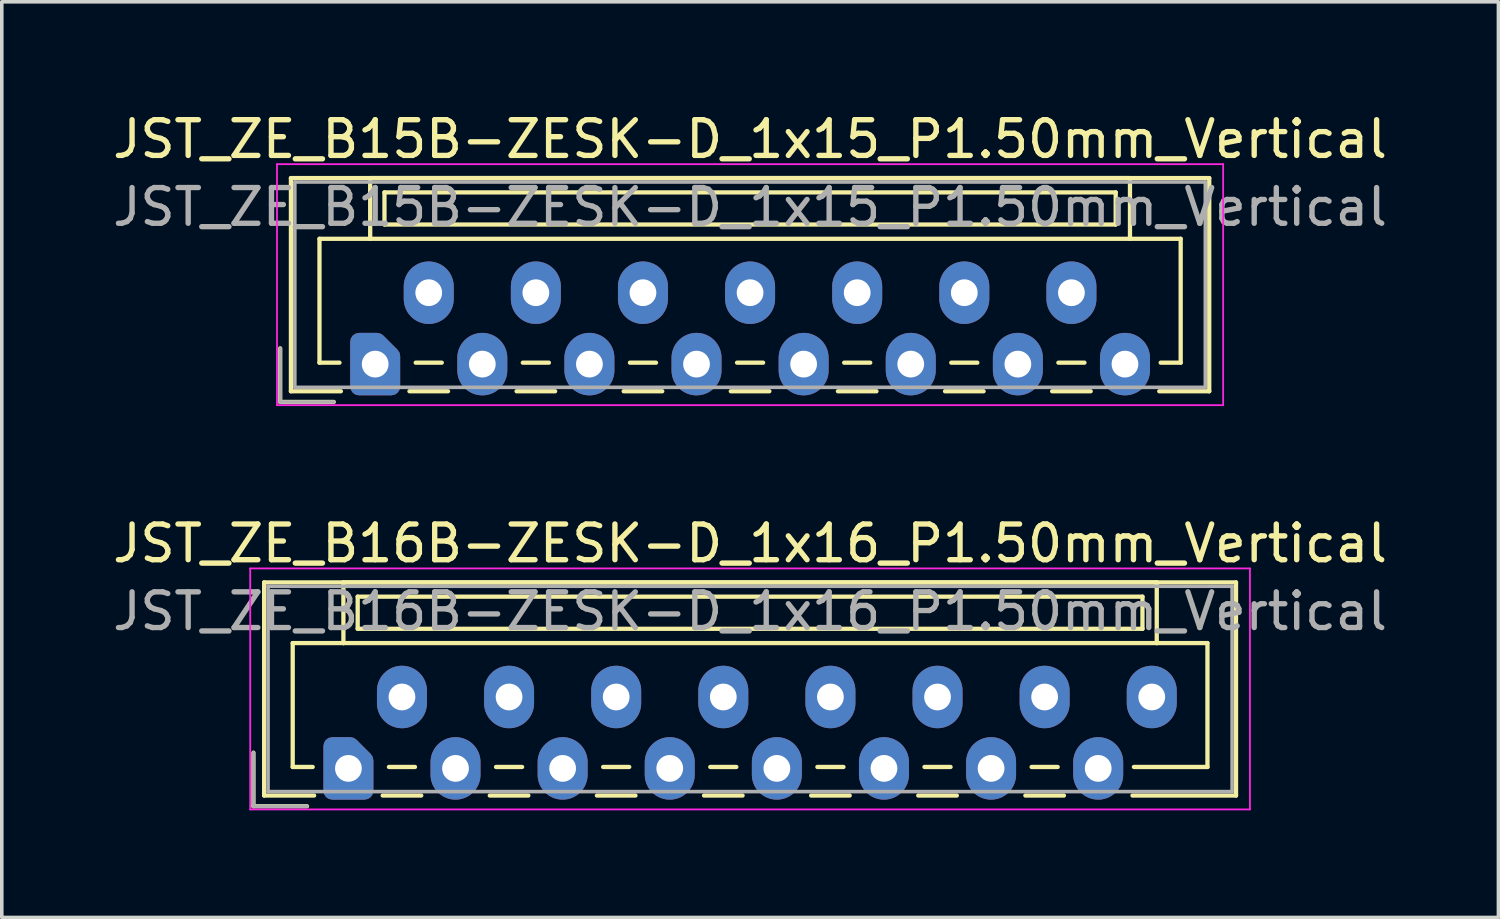
<source format=kicad_pcb>
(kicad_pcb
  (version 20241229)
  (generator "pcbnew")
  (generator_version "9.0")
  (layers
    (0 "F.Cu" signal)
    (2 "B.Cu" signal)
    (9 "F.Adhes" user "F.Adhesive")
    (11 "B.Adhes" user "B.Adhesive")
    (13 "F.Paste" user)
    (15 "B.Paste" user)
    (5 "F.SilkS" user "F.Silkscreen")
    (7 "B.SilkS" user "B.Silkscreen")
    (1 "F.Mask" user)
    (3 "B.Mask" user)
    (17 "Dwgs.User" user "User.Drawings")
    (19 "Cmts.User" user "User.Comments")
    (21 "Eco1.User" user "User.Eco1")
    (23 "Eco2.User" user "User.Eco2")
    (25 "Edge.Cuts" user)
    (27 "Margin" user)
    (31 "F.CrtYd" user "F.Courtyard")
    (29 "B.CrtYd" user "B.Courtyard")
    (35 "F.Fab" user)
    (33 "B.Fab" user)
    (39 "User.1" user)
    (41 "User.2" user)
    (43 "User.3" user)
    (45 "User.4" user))
  (footprint "JST_ZE_B16B-ZESK-D_1x16_P1.50mm_Vertical"
    (layer "F.Cu")
    (at 6.708 18.471)
    (property "Reference" "JST_ZE_B16B-ZESK-D_1x16_P1.50mm_Vertical" (at 11.25 -6.3 0) (layer "F.SilkS") (effects (font (size 1 1) (thickness 0.15))))
    (attr through_hole)
    (fp_line (start -2.66 -0.44) (end -2.66 1.06) (stroke (width 0.12) (type solid)) (layer "F.SilkS"))
    (fp_line (start -2.66 1.06) (end -1.16 1.06) (stroke (width 0.12) (type solid)) (layer "F.SilkS"))
    (fp_line (start -2.36 -5.21) (end 24.86 -5.21) (stroke (width 0.12) (type solid)) (layer "F.SilkS"))
    (fp_line (start -2.36 0.76) (end -2.36 -5.21) (stroke (width 0.12) (type solid)) (layer "F.SilkS"))
    (fp_line (start -1.56 -3.51) (end -1.56 -0.04) (stroke (width 0.12) (type solid)) (layer "F.SilkS"))
    (fp_line (start -1.56 -0.04) (end -1 -0.04) (stroke (width 0.12) (type solid)) (layer "F.SilkS"))
    (fp_line (start -0.96 0.76) (end -2.36 0.76) (stroke (width 0.12) (type solid)) (layer "F.SilkS"))
    (fp_line (start -0.14 -5.21) (end -0.14 -3.51) (stroke (width 0.12) (type solid)) (layer "F.SilkS"))
    (fp_line (start -0.14 -3.51) (end -1.56 -3.51) (stroke (width 0.12) (type solid)) (layer "F.SilkS"))
    (fp_line (start -0.14 -3.51) (end 22.64 -3.51) (stroke (width 0.12) (type solid)) (layer "F.SilkS"))
    (fp_line (start 0.26 -4.81) (end 0.26 -3.91) (stroke (width 0.12) (type solid)) (layer "F.SilkS"))
    (fp_line (start 0.26 -3.91) (end 22.24 -3.91) (stroke (width 0.12) (type solid)) (layer "F.SilkS"))
    (fp_line (start 0.96 0.76) (end 2.04 0.76) (stroke (width 0.12) (type solid)) (layer "F.SilkS"))
    (fp_line (start 1.135 -0.04) (end 1.865 -0.04) (stroke (width 0.12) (type solid)) (layer "F.SilkS"))
    (fp_line (start 3.96 0.76) (end 5.04 0.76) (stroke (width 0.12) (type solid)) (layer "F.SilkS"))
    (fp_line (start 4.135 -0.04) (end 4.865 -0.04) (stroke (width 0.12) (type solid)) (layer "F.SilkS"))
    (fp_line (start 6.96 0.76) (end 8.04 0.76) (stroke (width 0.12) (type solid)) (layer "F.SilkS"))
    (fp_line (start 7.135 -0.04) (end 7.865 -0.04) (stroke (width 0.12) (type solid)) (layer "F.SilkS"))
    (fp_line (start 9.96 0.76) (end 11.04 0.76) (stroke (width 0.12) (type solid)) (layer "F.SilkS"))
    (fp_line (start 10.135 -0.04) (end 10.865 -0.04) (stroke (width 0.12) (type solid)) (layer "F.SilkS"))
    (fp_line (start 12.96 0.76) (end 14.04 0.76) (stroke (width 0.12) (type solid)) (layer "F.SilkS"))
    (fp_line (start 13.135 -0.04) (end 13.865 -0.04) (stroke (width 0.12) (type solid)) (layer "F.SilkS"))
    (fp_line (start 15.96 0.76) (end 17.04 0.76) (stroke (width 0.12) (type solid)) (layer "F.SilkS"))
    (fp_line (start 16.135 -0.04) (end 16.865 -0.04) (stroke (width 0.12) (type solid)) (layer "F.SilkS"))
    (fp_line (start 18.96 0.76) (end 20.04 0.76) (stroke (width 0.12) (type solid)) (layer "F.SilkS"))
    (fp_line (start 19.135 -0.04) (end 19.865 -0.04) (stroke (width 0.12) (type solid)) (layer "F.SilkS"))
    (fp_line (start 22.24 -4.81) (end 0.26 -4.81) (stroke (width 0.12) (type solid)) (layer "F.SilkS"))
    (fp_line (start 22.24 -3.91) (end 22.24 -4.81) (stroke (width 0.12) (type solid)) (layer "F.SilkS"))
    (fp_line (start 22.64 -5.21) (end -0.14 -5.21) (stroke (width 0.12) (type solid)) (layer "F.SilkS"))
    (fp_line (start 22.64 -3.51) (end 22.64 -5.21) (stroke (width 0.12) (type solid)) (layer "F.SilkS"))
    (fp_line (start 22.64 -3.51) (end 24.06 -3.51) (stroke (width 0.12) (type solid)) (layer "F.SilkS"))
    (fp_line (start 24.06 -3.51) (end 24.06 -0.04) (stroke (width 0.12) (type solid)) (layer "F.SilkS"))
    (fp_line (start 24.06 -0.04) (end 22 -0.04) (stroke (width 0.12) (type solid)) (layer "F.SilkS"))
    (fp_line (start 24.86 -5.21) (end 24.86 0.76) (stroke (width 0.12) (type solid)) (layer "F.SilkS"))
    (fp_line (start 24.86 0.76) (end 21.96 0.76) (stroke (width 0.12) (type solid)) (layer "F.SilkS"))
    (fp_line (start -2.75 -5.6) (end -2.75 1.15) (stroke (width 0.05) (type solid)) (layer "F.CrtYd"))
    (fp_line (start -2.75 1.15) (end 25.25 1.15) (stroke (width 0.05) (type solid)) (layer "F.CrtYd"))
    (fp_line (start 25.25 -5.6) (end -2.75 -5.6) (stroke (width 0.05) (type solid)) (layer "F.CrtYd"))
    (fp_line (start 25.25 1.15) (end 25.25 -5.6) (stroke (width 0.05) (type solid)) (layer "F.CrtYd"))
    (fp_line (start -2.66 -0.44) (end -2.66 1.06) (stroke (width 0.1) (type solid)) (layer "F.Fab"))
    (fp_line (start -2.66 1.06) (end -1.16 1.06) (stroke (width 0.1) (type solid)) (layer "F.Fab"))
    (fp_line (start -2.25 -5.1) (end -2.25 0.65) (stroke (width 0.1) (type solid)) (layer "F.Fab"))
    (fp_line (start -2.25 0.65) (end 24.75 0.65) (stroke (width 0.1) (type solid)) (layer "F.Fab"))
    (fp_line (start 24.75 -5.1) (end -2.25 -5.1) (stroke (width 0.1) (type solid)) (layer "F.Fab"))
    (fp_line (start 24.75 0.65) (end 24.75 -5.1) (stroke (width 0.1) (type solid)) (layer "F.Fab"))
    (fp_text user "${REFERENCE}" (at 11.25 -4.4 0) (layer "F.Fab") (effects (font (size 1 1) (thickness 0.15))))
    (pad "1" thru_hole custom (at 0 0) (size 1.117 1.117) (drill 0.75) (layers "*.Cu" "*.Mask") (options (anchor circle)) (primitives (gr_poly (pts (xy -0.45 -0.625) (xy 0.05 -0.625) (xy 0.45 -0.225) (xy 0.45 0.625) (xy -0.45 0.625)) (width 0.5) (fill yes))))
    (pad "2" thru_hole oval (at 1.5 -2) (size 1.4 1.75) (drill 0.75) (layers "*.Cu" "*.Mask"))
    (pad "3" thru_hole oval (at 3 0) (size 1.4 1.75) (drill 0.75) (layers "*.Cu" "*.Mask"))
    (pad "4" thru_hole oval (at 4.5 -2) (size 1.4 1.75) (drill 0.75) (layers "*.Cu" "*.Mask"))
    (pad "5" thru_hole oval (at 6 0) (size 1.4 1.75) (drill 0.75) (layers "*.Cu" "*.Mask"))
    (pad "6" thru_hole oval (at 7.5 -2) (size 1.4 1.75) (drill 0.75) (layers "*.Cu" "*.Mask"))
    (pad "7" thru_hole oval (at 9 0) (size 1.4 1.75) (drill 0.75) (layers "*.Cu" "*.Mask"))
    (pad "8" thru_hole oval (at 10.5 -2) (size 1.4 1.75) (drill 0.75) (layers "*.Cu" "*.Mask"))
    (pad "9" thru_hole oval (at 12 0) (size 1.4 1.75) (drill 0.75) (layers "*.Cu" "*.Mask"))
    (pad "10" thru_hole oval (at 13.5 -2) (size 1.4 1.75) (drill 0.75) (layers "*.Cu" "*.Mask"))
    (pad "11" thru_hole oval (at 15 0) (size 1.4 1.75) (drill 0.75) (layers "*.Cu" "*.Mask"))
    (pad "12" thru_hole oval (at 16.5 -2) (size 1.4 1.75) (drill 0.75) (layers "*.Cu" "*.Mask"))
    (pad "13" thru_hole oval (at 18 0) (size 1.4 1.75) (drill 0.75) (layers "*.Cu" "*.Mask"))
    (pad "14" thru_hole oval (at 19.5 -2) (size 1.4 1.75) (drill 0.75) (layers "*.Cu" "*.Mask"))
    (pad "15" thru_hole oval (at 21 0) (size 1.4 1.75) (drill 0.75) (layers "*.Cu" "*.Mask"))
    (pad "16" thru_hole oval (at 22.5 -2) (size 1.4 1.75) (drill 0.75) (layers "*.Cu" "*.Mask")))
  (footprint "JST_ZE_B15B-ZESK-D_1x15_P1.50mm_Vertical"
    (layer "F.Cu")
    (at 7.458 7.148)
    (property "Reference" "JST_ZE_B15B-ZESK-D_1x15_P1.50mm_Vertical" (at 10.5 -6.3 0) (layer "F.SilkS") (effects (font (size 1 1) (thickness 0.15))))
    (attr through_hole)
    (fp_line (start -2.66 -0.44) (end -2.66 1.06) (stroke (width 0.12) (type solid)) (layer "F.SilkS"))
    (fp_line (start -2.66 1.06) (end -1.16 1.06) (stroke (width 0.12) (type solid)) (layer "F.SilkS"))
    (fp_line (start -2.36 -5.21) (end 23.36 -5.21) (stroke (width 0.12) (type solid)) (layer "F.SilkS"))
    (fp_line (start -2.36 0.76) (end -2.36 -5.21) (stroke (width 0.12) (type solid)) (layer "F.SilkS"))
    (fp_line (start -1.56 -3.51) (end -1.56 -0.04) (stroke (width 0.12) (type solid)) (layer "F.SilkS"))
    (fp_line (start -1.56 -0.04) (end -1 -0.04) (stroke (width 0.12) (type solid)) (layer "F.SilkS"))
    (fp_line (start -0.96 0.76) (end -2.36 0.76) (stroke (width 0.12) (type solid)) (layer "F.SilkS"))
    (fp_line (start -0.14 -5.21) (end -0.14 -3.51) (stroke (width 0.12) (type solid)) (layer "F.SilkS"))
    (fp_line (start -0.14 -3.51) (end -1.56 -3.51) (stroke (width 0.12) (type solid)) (layer "F.SilkS"))
    (fp_line (start -0.14 -3.51) (end 21.14 -3.51) (stroke (width 0.12) (type solid)) (layer "F.SilkS"))
    (fp_line (start 0.26 -4.81) (end 0.26 -3.91) (stroke (width 0.12) (type solid)) (layer "F.SilkS"))
    (fp_line (start 0.26 -3.91) (end 20.74 -3.91) (stroke (width 0.12) (type solid)) (layer "F.SilkS"))
    (fp_line (start 0.96 0.76) (end 2.04 0.76) (stroke (width 0.12) (type solid)) (layer "F.SilkS"))
    (fp_line (start 1.135 -0.04) (end 1.865 -0.04) (stroke (width 0.12) (type solid)) (layer "F.SilkS"))
    (fp_line (start 3.96 0.76) (end 5.04 0.76) (stroke (width 0.12) (type solid)) (layer "F.SilkS"))
    (fp_line (start 4.135 -0.04) (end 4.865 -0.04) (stroke (width 0.12) (type solid)) (layer "F.SilkS"))
    (fp_line (start 6.96 0.76) (end 8.04 0.76) (stroke (width 0.12) (type solid)) (layer "F.SilkS"))
    (fp_line (start 7.135 -0.04) (end 7.865 -0.04) (stroke (width 0.12) (type solid)) (layer "F.SilkS"))
    (fp_line (start 9.96 0.76) (end 11.04 0.76) (stroke (width 0.12) (type solid)) (layer "F.SilkS"))
    (fp_line (start 10.135 -0.04) (end 10.865 -0.04) (stroke (width 0.12) (type solid)) (layer "F.SilkS"))
    (fp_line (start 12.96 0.76) (end 14.04 0.76) (stroke (width 0.12) (type solid)) (layer "F.SilkS"))
    (fp_line (start 13.135 -0.04) (end 13.865 -0.04) (stroke (width 0.12) (type solid)) (layer "F.SilkS"))
    (fp_line (start 15.96 0.76) (end 17.04 0.76) (stroke (width 0.12) (type solid)) (layer "F.SilkS"))
    (fp_line (start 16.135 -0.04) (end 16.865 -0.04) (stroke (width 0.12) (type solid)) (layer "F.SilkS"))
    (fp_line (start 18.96 0.76) (end 20.04 0.76) (stroke (width 0.12) (type solid)) (layer "F.SilkS"))
    (fp_line (start 19.135 -0.04) (end 19.865 -0.04) (stroke (width 0.12) (type solid)) (layer "F.SilkS"))
    (fp_line (start 20.74 -4.81) (end 0.26 -4.81) (stroke (width 0.12) (type solid)) (layer "F.SilkS"))
    (fp_line (start 20.74 -3.91) (end 20.74 -4.81) (stroke (width 0.12) (type solid)) (layer "F.SilkS"))
    (fp_line (start 21.14 -5.21) (end -0.14 -5.21) (stroke (width 0.12) (type solid)) (layer "F.SilkS"))
    (fp_line (start 21.14 -3.51) (end 21.14 -5.21) (stroke (width 0.12) (type solid)) (layer "F.SilkS"))
    (fp_line (start 21.14 -3.51) (end 22.56 -3.51) (stroke (width 0.12) (type solid)) (layer "F.SilkS"))
    (fp_line (start 22.56 -3.51) (end 22.56 -0.04) (stroke (width 0.12) (type solid)) (layer "F.SilkS"))
    (fp_line (start 22.56 -0.04) (end 22 -0.04) (stroke (width 0.12) (type solid)) (layer "F.SilkS"))
    (fp_line (start 23.36 -5.21) (end 23.36 0.76) (stroke (width 0.12) (type solid)) (layer "F.SilkS"))
    (fp_line (start 23.36 0.76) (end 21.96 0.76) (stroke (width 0.12) (type solid)) (layer "F.SilkS"))
    (fp_line (start -2.75 -5.6) (end -2.75 1.15) (stroke (width 0.05) (type solid)) (layer "F.CrtYd"))
    (fp_line (start -2.75 1.15) (end 23.75 1.15) (stroke (width 0.05) (type solid)) (layer "F.CrtYd"))
    (fp_line (start 23.75 -5.6) (end -2.75 -5.6) (stroke (width 0.05) (type solid)) (layer "F.CrtYd"))
    (fp_line (start 23.75 1.15) (end 23.75 -5.6) (stroke (width 0.05) (type solid)) (layer "F.CrtYd"))
    (fp_line (start -2.66 -0.44) (end -2.66 1.06) (stroke (width 0.1) (type solid)) (layer "F.Fab"))
    (fp_line (start -2.66 1.06) (end -1.16 1.06) (stroke (width 0.1) (type solid)) (layer "F.Fab"))
    (fp_line (start -2.25 -5.1) (end -2.25 0.65) (stroke (width 0.1) (type solid)) (layer "F.Fab"))
    (fp_line (start -2.25 0.65) (end 23.25 0.65) (stroke (width 0.1) (type solid)) (layer "F.Fab"))
    (fp_line (start 23.25 -5.1) (end -2.25 -5.1) (stroke (width 0.1) (type solid)) (layer "F.Fab"))
    (fp_line (start 23.25 0.65) (end 23.25 -5.1) (stroke (width 0.1) (type solid)) (layer "F.Fab"))
    (fp_text user "${REFERENCE}" (at 10.5 -4.4 0) (layer "F.Fab") (effects (font (size 1 1) (thickness 0.15))))
    (pad "1" thru_hole custom (at 0 0) (size 1.117 1.117) (drill 0.75) (layers "*.Cu" "*.Mask") (options (anchor circle)) (primitives (gr_poly (pts (xy -0.45 -0.625) (xy 0.05 -0.625) (xy 0.45 -0.225) (xy 0.45 0.625) (xy -0.45 0.625)) (width 0.5) (fill yes))))
    (pad "2" thru_hole oval (at 1.5 -2) (size 1.4 1.75) (drill 0.75) (layers "*.Cu" "*.Mask"))
    (pad "3" thru_hole oval (at 3 0) (size 1.4 1.75) (drill 0.75) (layers "*.Cu" "*.Mask"))
    (pad "4" thru_hole oval (at 4.5 -2) (size 1.4 1.75) (drill 0.75) (layers "*.Cu" "*.Mask"))
    (pad "5" thru_hole oval (at 6 0) (size 1.4 1.75) (drill 0.75) (layers "*.Cu" "*.Mask"))
    (pad "6" thru_hole oval (at 7.5 -2) (size 1.4 1.75) (drill 0.75) (layers "*.Cu" "*.Mask"))
    (pad "7" thru_hole oval (at 9 0) (size 1.4 1.75) (drill 0.75) (layers "*.Cu" "*.Mask"))
    (pad "8" thru_hole oval (at 10.5 -2) (size 1.4 1.75) (drill 0.75) (layers "*.Cu" "*.Mask"))
    (pad "9" thru_hole oval (at 12 0) (size 1.4 1.75) (drill 0.75) (layers "*.Cu" "*.Mask"))
    (pad "10" thru_hole oval (at 13.5 -2) (size 1.4 1.75) (drill 0.75) (layers "*.Cu" "*.Mask"))
    (pad "11" thru_hole oval (at 15 0) (size 1.4 1.75) (drill 0.75) (layers "*.Cu" "*.Mask"))
    (pad "12" thru_hole oval (at 16.5 -2) (size 1.4 1.75) (drill 0.75) (layers "*.Cu" "*.Mask"))
    (pad "13" thru_hole oval (at 18 0) (size 1.4 1.75) (drill 0.75) (layers "*.Cu" "*.Mask"))
    (pad "14" thru_hole oval (at 19.5 -2) (size 1.4 1.75) (drill 0.75) (layers "*.Cu" "*.Mask"))
    (pad "15" thru_hole oval (at 21 0) (size 1.4 1.75) (drill 0.75) (layers "*.Cu" "*.Mask")))
  (gr_rect
    (start -3 -3)
    (end 38.917 22.646)
    (stroke (width 0.1) (type default))
    (fill no)
    (layer "Edge.Cuts")))
</source>
